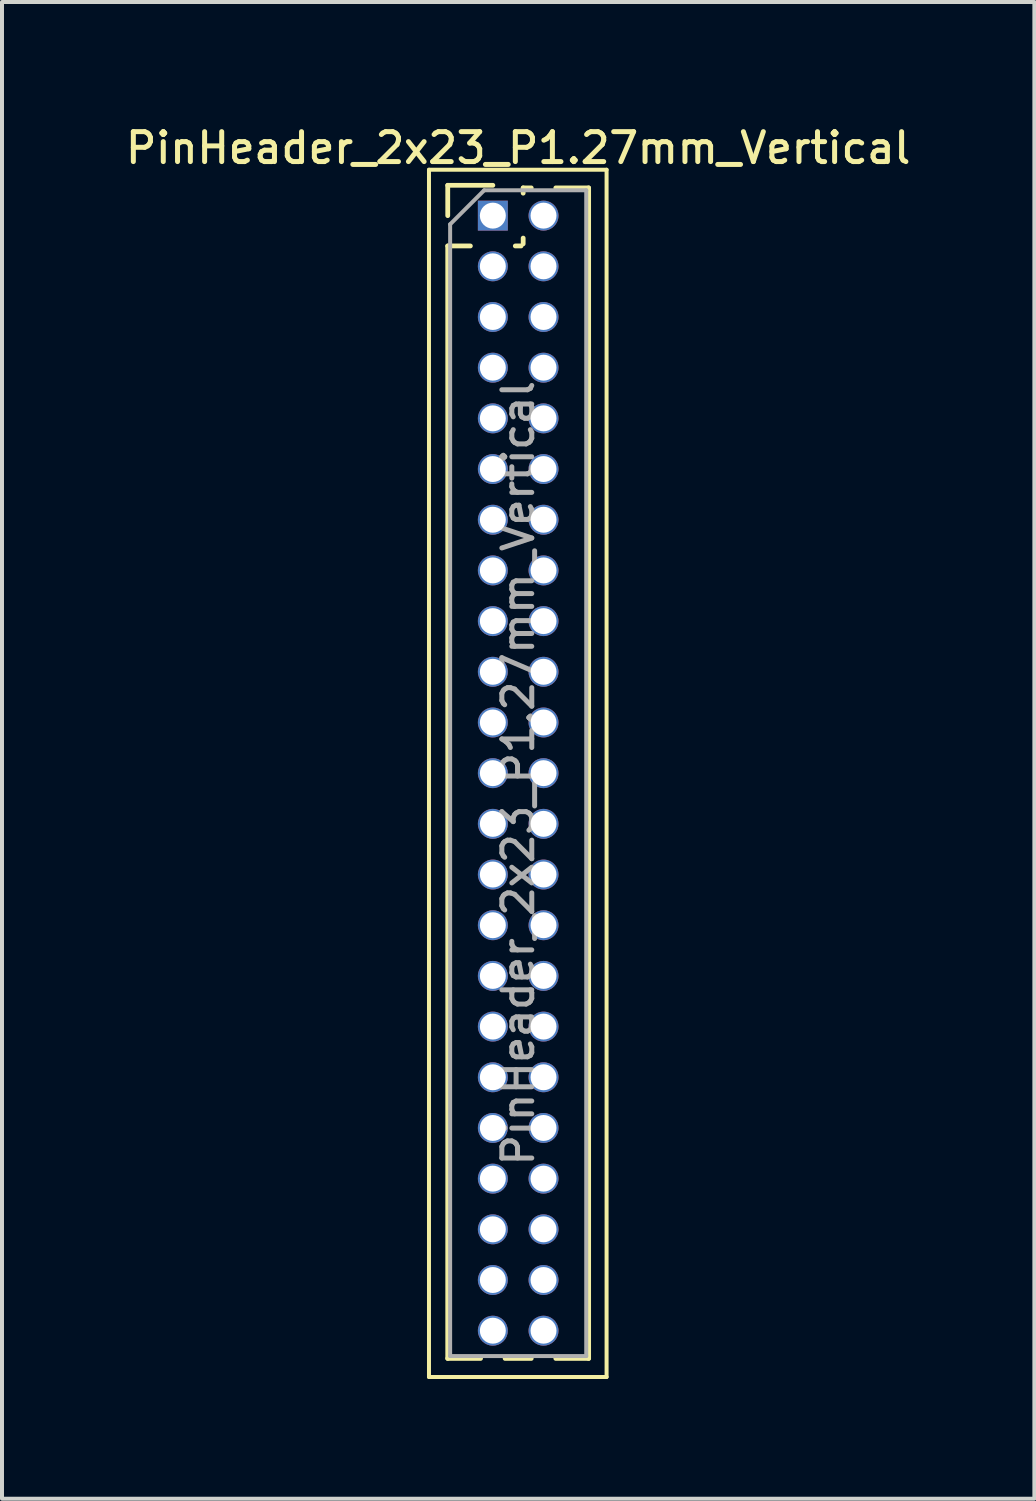
<source format=kicad_pcb>
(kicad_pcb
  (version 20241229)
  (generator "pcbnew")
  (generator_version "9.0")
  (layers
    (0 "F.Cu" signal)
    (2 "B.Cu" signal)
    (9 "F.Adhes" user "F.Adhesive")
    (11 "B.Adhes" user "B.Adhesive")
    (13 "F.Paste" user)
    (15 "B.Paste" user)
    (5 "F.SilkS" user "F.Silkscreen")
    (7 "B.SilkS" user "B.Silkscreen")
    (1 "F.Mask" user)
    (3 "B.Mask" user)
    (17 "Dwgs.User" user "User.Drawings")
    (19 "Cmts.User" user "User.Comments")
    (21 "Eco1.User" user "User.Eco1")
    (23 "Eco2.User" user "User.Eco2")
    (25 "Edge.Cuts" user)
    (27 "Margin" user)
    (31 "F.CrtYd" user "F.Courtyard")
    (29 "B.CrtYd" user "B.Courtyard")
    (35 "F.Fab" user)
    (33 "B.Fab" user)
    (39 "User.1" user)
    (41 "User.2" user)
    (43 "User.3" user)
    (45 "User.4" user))
  (footprint "PinHeader_2x23_P1.27mm_Vertical"
    (layer "F.Cu")
    (at 9.299 2.353)
    (property "Reference" "PinHeader_2x23_P1.27mm_Vertical" (at 0.635 -1.695 0) (layer "F.SilkS") (effects (font (size 0.75 0.75) (thickness 0.125))))
    (attr through_hole)
    (fp_line (start -1.6 -1.15) (end -1.6 29.1) (stroke (width 0.1) (type solid)) (layer "F.SilkS"))
    (fp_line (start -1.6 29.1) (end 2.85 29.1) (stroke (width 0.1) (type solid)) (layer "F.SilkS"))
    (fp_line (start -1.13 -0.76) (end 0 -0.76) (stroke (width 0.12) (type solid)) (layer "F.SilkS"))
    (fp_line (start -1.13 0) (end -1.13 -0.76) (stroke (width 0.12) (type solid)) (layer "F.SilkS"))
    (fp_line (start -1.13 0.76) (end -1.13 28.635) (stroke (width 0.12) (type solid)) (layer "F.SilkS"))
    (fp_line (start -1.13 0.76) (end -0.563 0.76) (stroke (width 0.12) (type solid)) (layer "F.SilkS"))
    (fp_line (start -1.13 28.635) (end -0.308 28.635) (stroke (width 0.12) (type solid)) (layer "F.SilkS"))
    (fp_line (start 0.308 28.635) (end 0.962 28.635) (stroke (width 0.12) (type solid)) (layer "F.SilkS"))
    (fp_line (start 0.563 0.76) (end 0.707 0.76) (stroke (width 0.12) (type solid)) (layer "F.SilkS"))
    (fp_line (start 0.76 -0.695) (end 0.962 -0.695) (stroke (width 0.12) (type solid)) (layer "F.SilkS"))
    (fp_line (start 0.76 -0.563) (end 0.76 -0.695) (stroke (width 0.12) (type solid)) (layer "F.SilkS"))
    (fp_line (start 0.76 0.707) (end 0.76 0.563) (stroke (width 0.12) (type solid)) (layer "F.SilkS"))
    (fp_line (start 1.578 -0.695) (end 2.4 -0.695) (stroke (width 0.12) (type solid)) (layer "F.SilkS"))
    (fp_line (start 1.578 28.635) (end 2.4 28.635) (stroke (width 0.12) (type solid)) (layer "F.SilkS"))
    (fp_line (start 2.4 -0.695) (end 2.4 28.635) (stroke (width 0.12) (type solid)) (layer "F.SilkS"))
    (fp_line (start 2.85 -1.15) (end -1.6 -1.15) (stroke (width 0.1) (type solid)) (layer "F.SilkS"))
    (fp_line (start 2.85 29.1) (end 2.85 -1.15) (stroke (width 0.1) (type solid)) (layer "F.SilkS"))
    (fp_line (start -1.07 0.217) (end -0.217 -0.635) (stroke (width 0.1) (type solid)) (layer "F.Fab"))
    (fp_line (start -1.07 28.575) (end -1.07 0.217) (stroke (width 0.1) (type solid)) (layer "F.Fab"))
    (fp_line (start -0.217 -0.635) (end 2.34 -0.635) (stroke (width 0.1) (type solid)) (layer "F.Fab"))
    (fp_line (start 2.34 -0.635) (end 2.34 28.575) (stroke (width 0.1) (type solid)) (layer "F.Fab"))
    (fp_line (start 2.34 28.575) (end -1.07 28.575) (stroke (width 0.1) (type solid)) (layer "F.Fab"))
    (fp_text user "${REFERENCE}" (at 0.635 13.97 90) (layer "F.Fab") (effects (font (size 0.75 0.75) (thickness 0.125))))
    (pad "1" thru_hole rect (at 0 0) (size 0.75 0.75) (drill 0.65) (layers "*.Cu" "*.Mask"))
    (pad "2" thru_hole oval (at 1.27 0) (size 0.75 0.75) (drill 0.65) (layers "*.Cu" "*.Mask"))
    (pad "3" thru_hole oval (at 0 1.27) (size 0.75 0.75) (drill 0.65) (layers "*.Cu" "*.Mask"))
    (pad "4" thru_hole oval (at 1.27 1.27) (size 0.75 0.75) (drill 0.65) (layers "*.Cu" "*.Mask"))
    (pad "5" thru_hole oval (at 0 2.54) (size 0.75 0.75) (drill 0.65) (layers "*.Cu" "*.Mask"))
    (pad "6" thru_hole oval (at 1.27 2.54) (size 0.75 0.75) (drill 0.65) (layers "*.Cu" "*.Mask"))
    (pad "7" thru_hole oval (at 0 3.81) (size 0.75 0.75) (drill 0.65) (layers "*.Cu" "*.Mask"))
    (pad "8" thru_hole oval (at 1.27 3.81) (size 0.75 0.75) (drill 0.65) (layers "*.Cu" "*.Mask"))
    (pad "9" thru_hole oval (at 0 5.08) (size 0.75 0.75) (drill 0.65) (layers "*.Cu" "*.Mask"))
    (pad "10" thru_hole oval (at 1.27 5.08) (size 0.75 0.75) (drill 0.65) (layers "*.Cu" "*.Mask"))
    (pad "11" thru_hole oval (at 0 6.35) (size 0.75 0.75) (drill 0.65) (layers "*.Cu" "*.Mask"))
    (pad "12" thru_hole oval (at 1.27 6.35) (size 0.75 0.75) (drill 0.65) (layers "*.Cu" "*.Mask"))
    (pad "13" thru_hole oval (at 0 7.62) (size 0.75 0.75) (drill 0.65) (layers "*.Cu" "*.Mask"))
    (pad "14" thru_hole oval (at 1.27 7.62) (size 0.75 0.75) (drill 0.65) (layers "*.Cu" "*.Mask"))
    (pad "15" thru_hole oval (at 0 8.89) (size 0.75 0.75) (drill 0.65) (layers "*.Cu" "*.Mask"))
    (pad "16" thru_hole oval (at 1.27 8.89) (size 0.75 0.75) (drill 0.65) (layers "*.Cu" "*.Mask"))
    (pad "17" thru_hole oval (at 0 10.16) (size 0.75 0.75) (drill 0.65) (layers "*.Cu" "*.Mask"))
    (pad "18" thru_hole oval (at 1.27 10.16) (size 0.75 0.75) (drill 0.65) (layers "*.Cu" "*.Mask"))
    (pad "19" thru_hole oval (at 0 11.43) (size 0.75 0.75) (drill 0.65) (layers "*.Cu" "*.Mask"))
    (pad "20" thru_hole oval (at 1.27 11.43) (size 0.75 0.75) (drill 0.65) (layers "*.Cu" "*.Mask"))
    (pad "21" thru_hole oval (at 0 12.7) (size 0.75 0.75) (drill 0.65) (layers "*.Cu" "*.Mask"))
    (pad "22" thru_hole oval (at 1.27 12.7) (size 0.75 0.75) (drill 0.65) (layers "*.Cu" "*.Mask"))
    (pad "23" thru_hole oval (at 0 13.97) (size 0.75 0.75) (drill 0.65) (layers "*.Cu" "*.Mask"))
    (pad "24" thru_hole oval (at 1.27 13.97) (size 0.75 0.75) (drill 0.65) (layers "*.Cu" "*.Mask"))
    (pad "25" thru_hole oval (at 0 15.24) (size 0.75 0.75) (drill 0.65) (layers "*.Cu" "*.Mask"))
    (pad "26" thru_hole oval (at 1.27 15.24) (size 0.75 0.75) (drill 0.65) (layers "*.Cu" "*.Mask"))
    (pad "27" thru_hole oval (at 0 16.51) (size 0.75 0.75) (drill 0.65) (layers "*.Cu" "*.Mask"))
    (pad "28" thru_hole oval (at 1.27 16.51) (size 0.75 0.75) (drill 0.65) (layers "*.Cu" "*.Mask"))
    (pad "29" thru_hole oval (at 0 17.78) (size 0.75 0.75) (drill 0.65) (layers "*.Cu" "*.Mask"))
    (pad "30" thru_hole oval (at 1.27 17.78) (size 0.75 0.75) (drill 0.65) (layers "*.Cu" "*.Mask"))
    (pad "31" thru_hole oval (at 0 19.05) (size 0.75 0.75) (drill 0.65) (layers "*.Cu" "*.Mask"))
    (pad "32" thru_hole oval (at 1.27 19.05) (size 0.75 0.75) (drill 0.65) (layers "*.Cu" "*.Mask"))
    (pad "33" thru_hole oval (at 0 20.32) (size 0.75 0.75) (drill 0.65) (layers "*.Cu" "*.Mask"))
    (pad "34" thru_hole oval (at 1.27 20.32) (size 0.75 0.75) (drill 0.65) (layers "*.Cu" "*.Mask"))
    (pad "35" thru_hole oval (at 0 21.59) (size 0.75 0.75) (drill 0.65) (layers "*.Cu" "*.Mask"))
    (pad "36" thru_hole oval (at 1.27 21.59) (size 0.75 0.75) (drill 0.65) (layers "*.Cu" "*.Mask"))
    (pad "37" thru_hole oval (at 0 22.86) (size 0.75 0.75) (drill 0.65) (layers "*.Cu" "*.Mask"))
    (pad "38" thru_hole oval (at 1.27 22.86) (size 0.75 0.75) (drill 0.65) (layers "*.Cu" "*.Mask"))
    (pad "39" thru_hole oval (at 0 24.13) (size 0.75 0.75) (drill 0.65) (layers "*.Cu" "*.Mask"))
    (pad "40" thru_hole oval (at 1.27 24.13) (size 0.75 0.75) (drill 0.65) (layers "*.Cu" "*.Mask"))
    (pad "41" thru_hole oval (at 0 25.4) (size 0.75 0.75) (drill 0.65) (layers "*.Cu" "*.Mask"))
    (pad "42" thru_hole oval (at 1.27 25.4) (size 0.75 0.75) (drill 0.65) (layers "*.Cu" "*.Mask"))
    (pad "43" thru_hole oval (at 0 26.67) (size 0.75 0.75) (drill 0.65) (layers "*.Cu" "*.Mask"))
    (pad "44" thru_hole oval (at 1.27 26.67) (size 0.75 0.75) (drill 0.65) (layers "*.Cu" "*.Mask"))
    (pad "45" thru_hole oval (at 0 27.94) (size 0.75 0.75) (drill 0.65) (layers "*.Cu" "*.Mask"))
    (pad "46" thru_hole oval (at 1.27 27.94) (size 0.75 0.75) (drill 0.65) (layers "*.Cu" "*.Mask")))
  (gr_rect
    (start -3 -3)
    (end 22.868 34.503)
    (stroke (width 0.1) (type default))
    (fill no)
    (layer "Edge.Cuts")))
</source>
